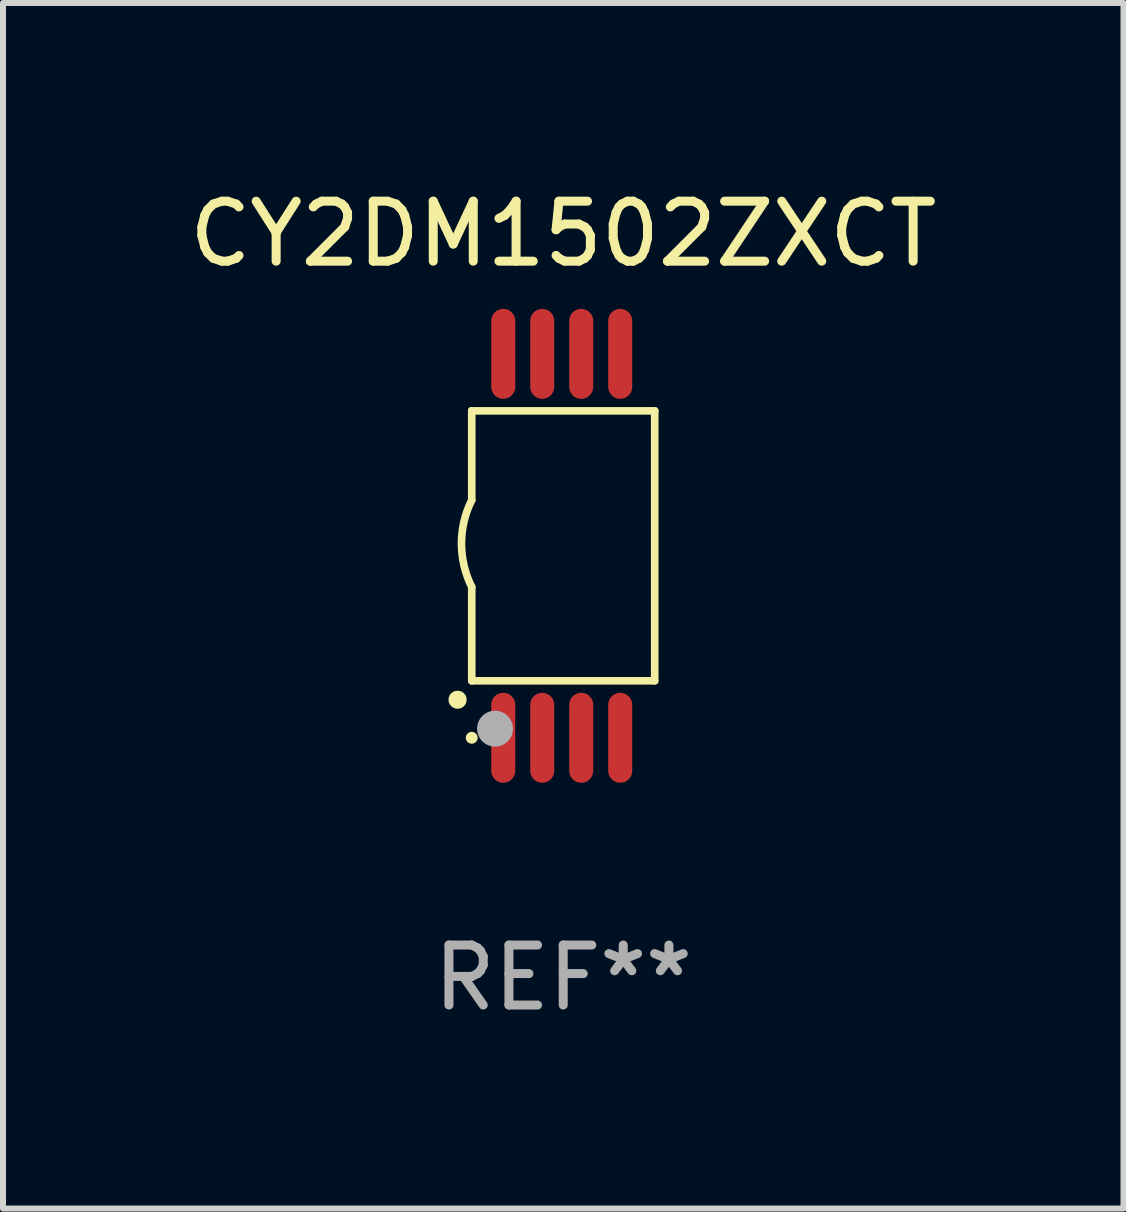
<source format=kicad_pcb>
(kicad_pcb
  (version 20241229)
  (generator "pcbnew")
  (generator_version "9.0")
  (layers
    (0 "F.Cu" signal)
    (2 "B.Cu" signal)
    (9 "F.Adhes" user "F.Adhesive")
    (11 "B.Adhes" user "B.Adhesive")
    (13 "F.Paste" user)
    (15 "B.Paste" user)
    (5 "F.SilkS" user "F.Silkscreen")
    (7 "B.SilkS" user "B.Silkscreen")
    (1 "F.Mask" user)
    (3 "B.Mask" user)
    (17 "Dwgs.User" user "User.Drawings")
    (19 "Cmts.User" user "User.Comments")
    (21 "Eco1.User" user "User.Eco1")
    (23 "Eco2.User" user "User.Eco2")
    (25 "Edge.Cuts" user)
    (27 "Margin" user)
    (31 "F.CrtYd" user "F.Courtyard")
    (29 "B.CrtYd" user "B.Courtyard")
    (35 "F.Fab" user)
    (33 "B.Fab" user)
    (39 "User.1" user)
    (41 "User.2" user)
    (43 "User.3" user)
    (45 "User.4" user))
  (footprint "CY2DM1502ZXCT"
    (layer "F.Cu")
    (at 6.339 6.049)
    (property "Reference" "CY2DM1502ZXCT" (at 0 -5.2 0) (layer "F.SilkS") (effects (font (size 1 1) (thickness 0.15))))
    (attr through_hole)
    (fp_line (start -1.525 -2.25) (end 1.525 -2.25) (stroke (width 0.127) (type solid)) (layer "F.SilkS"))
    (fp_line (start -1.525 -0.762) (end -1.525 -2.25) (stroke (width 0.127) (type solid)) (layer "F.SilkS"))
    (fp_line (start -1.525 -2.25) (end -1.525 -2.25) (stroke (width 0.127) (type solid)) (layer "F.SilkS"))
    (fp_line (start -1.525 2.25) (end -1.525 0.686) (stroke (width 0.127) (type solid)) (layer "F.SilkS"))
    (fp_line (start 1.525 -2.25) (end 1.525 2.25) (stroke (width 0.127) (type solid)) (layer "F.SilkS"))
    (fp_line (start 1.525 2.25) (end -1.525 2.25) (stroke (width 0.127) (type solid)) (layer "F.SilkS"))
    (fp_arc (start -1.762357 2.565405) (mid -1.761087 2.5654) (end -1.759817 2.565405) (stroke (width 0.3) (type solid)) (layer "F.SilkS"))
    (fp_arc (start -1.525146 0.685801) (mid -1.696036 -0.0381) (end -1.525146 -0.762002) (stroke (width 0.127) (type solid)) (layer "F.SilkS"))
    (fp_circle (center -1.525 3.2) (end -1.475 3.2) (stroke (width 0.1) (type solid)) (fill no) (layer "F.SilkS"))
    (fp_circle (center -1.137 3.048) (end -0.987 3.048) (stroke (width 0.3) (type solid)) (fill no) (layer "F.Fab"))
    (fp_text user "REF**" (at 0 7.2 0) (layer "F.Fab") (effects (font (size 1 1) (thickness 0.15))))
    (pad "1" smd oval (at -1 3.2 180) (size 0.4 1.5) (layers "F.Cu" "F.Mask" "F.Paste"))
    (pad "2" smd oval (at -0.35 3.2 180) (size 0.4 1.5) (layers "F.Cu" "F.Mask" "F.Paste"))
    (pad "3" smd oval (at 0.3 3.2 180) (size 0.4 1.5) (layers "F.Cu" "F.Mask" "F.Paste"))
    (pad "4" smd oval (at 0.95 3.2 180) (size 0.4 1.5) (layers "F.Cu" "F.Mask" "F.Paste"))
    (pad "5" smd oval (at 0.95 -3.2 180) (size 0.4 1.5) (layers "F.Cu" "F.Mask" "F.Paste"))
    (pad "6" smd oval (at 0.3 -3.2 180) (size 0.4 1.5) (layers "F.Cu" "F.Mask" "F.Paste"))
    (pad "7" smd oval (at -0.35 -3.2 180) (size 0.4 1.5) (layers "F.Cu" "F.Mask" "F.Paste"))
    (pad "8" smd oval (at -1 -3.2 180) (size 0.4 1.5) (layers "F.Cu" "F.Mask" "F.Paste")))
  (gr_rect
    (start -3 -3)
    (end 15.679 17.097)
    (stroke (width 0.1) (type default))
    (fill no)
    (layer "Edge.Cuts")))
</source>
